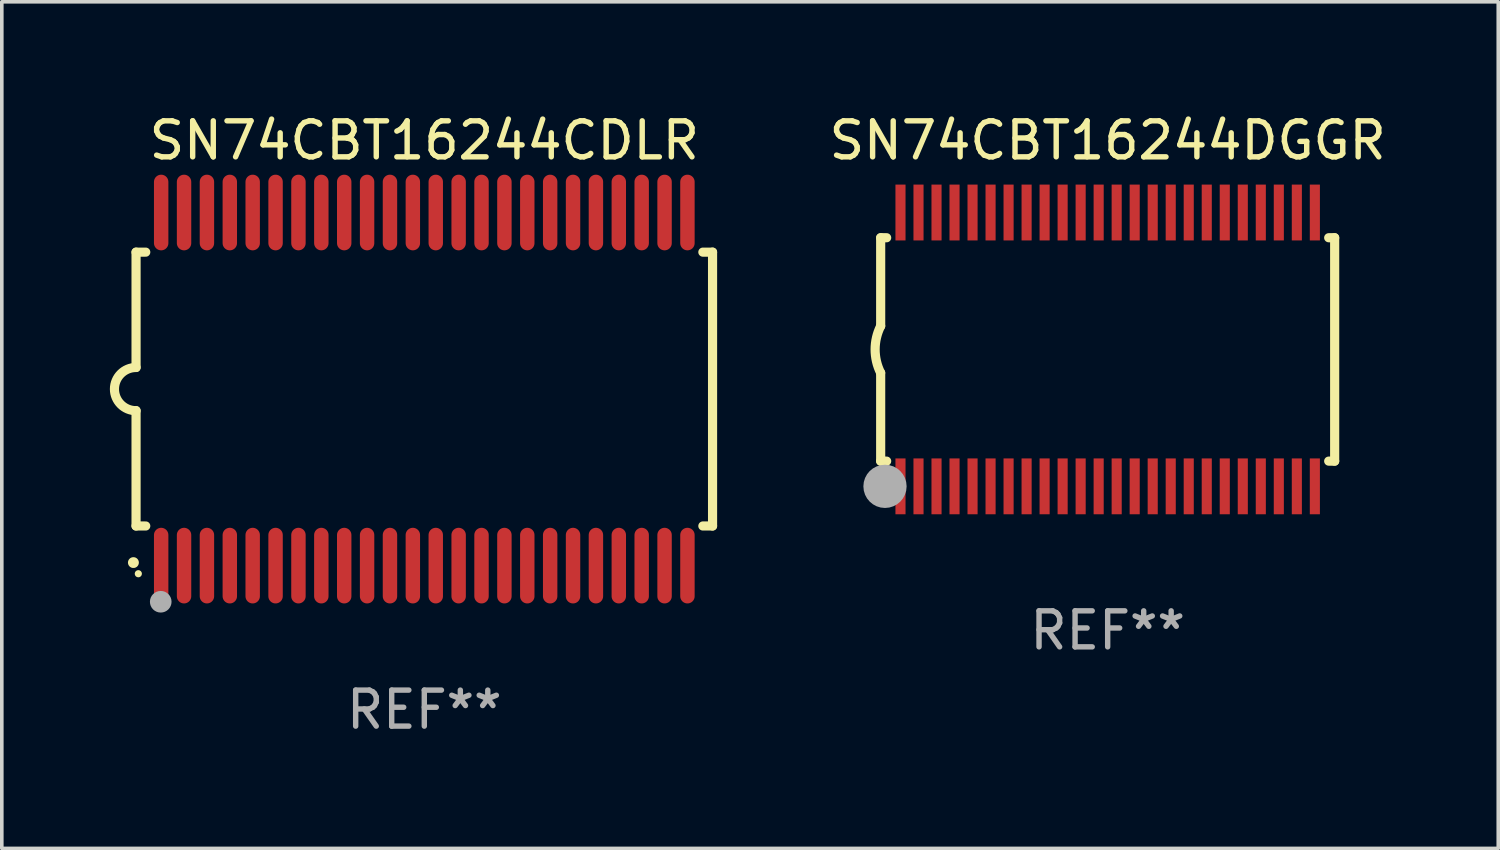
<source format=kicad_pcb>
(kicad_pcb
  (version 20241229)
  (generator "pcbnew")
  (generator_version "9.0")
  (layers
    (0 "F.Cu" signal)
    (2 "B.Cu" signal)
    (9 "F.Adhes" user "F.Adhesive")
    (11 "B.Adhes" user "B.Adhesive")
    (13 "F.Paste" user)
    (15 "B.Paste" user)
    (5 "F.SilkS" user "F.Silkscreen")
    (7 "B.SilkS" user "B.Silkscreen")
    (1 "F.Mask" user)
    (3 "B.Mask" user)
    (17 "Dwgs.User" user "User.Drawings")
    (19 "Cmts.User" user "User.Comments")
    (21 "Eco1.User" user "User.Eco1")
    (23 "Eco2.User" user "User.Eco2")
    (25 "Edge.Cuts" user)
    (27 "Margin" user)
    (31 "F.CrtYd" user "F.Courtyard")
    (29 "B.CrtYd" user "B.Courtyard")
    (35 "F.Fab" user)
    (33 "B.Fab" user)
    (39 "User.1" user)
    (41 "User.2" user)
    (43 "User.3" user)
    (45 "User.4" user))
  (footprint "SN74CBT16244DGGR"
    (layer "F.Cu")
    (at 27.692 6.648)
    (property "Reference" "SN74CBT16244DGGR" (at 0 -5.8 0) (layer "F.SilkS") (effects (font (size 1 1) (thickness 0.15))))
    (attr through_hole)
    (fp_line (start -6.3 -3.1) (end -6.3 -0.65) (stroke (width 0.254) (type solid)) (layer "F.SilkS"))
    (fp_line (start -6.3 -3.1) (end -6.134 -3.1) (stroke (width 0.254) (type solid)) (layer "F.SilkS"))
    (fp_line (start -6.3 3.1) (end -6.3 0.65) (stroke (width 0.254) (type solid)) (layer "F.SilkS"))
    (fp_line (start -6.3 3.1) (end -6.134 3.1) (stroke (width 0.254) (type solid)) (layer "F.SilkS"))
    (fp_line (start 6.134 -3.1) (end 6.3 -3.1) (stroke (width 0.254) (type solid)) (layer "F.SilkS"))
    (fp_line (start 6.134 3.1) (end 6.3 3.1) (stroke (width 0.254) (type solid)) (layer "F.SilkS"))
    (fp_line (start 6.3 -3.1) (end 6.3 3.1) (stroke (width 0.254) (type solid)) (layer "F.SilkS"))
    (fp_arc (start -6.301016 0.650114) (mid -6.45413 -0.000082) (end -6.3 -0.650038) (stroke (width 0.254001) (type solid)) (layer "F.SilkS"))
    (fp_circle (center -6.35 3.81) (end -6.223 3.81) (stroke (width 0.254) (type solid)) (fill no) (layer "F.SilkS"))
    (fp_circle (center -6.25 4.05) (end -6.22 4.05) (stroke (width 0.06) (type solid)) (fill no) (layer "F.SilkS"))
    (fp_circle (center -6.18 3.8) (end -5.88 3.8) (stroke (width 0.6) (type solid)) (fill no) (layer "F.Fab"))
    (fp_text user "REF**" (at 0 7.8 0) (layer "F.Fab") (effects (font (size 1 1) (thickness 0.15))))
    (pad "1" smd rect (at -5.75 3.8) (size 0.28 1.55) (layers "F.Cu" "F.Mask" "F.Paste"))
    (pad "2" smd rect (at -5.25 3.8) (size 0.28 1.55) (layers "F.Cu" "F.Mask" "F.Paste"))
    (pad "3" smd rect (at -4.75 3.8) (size 0.28 1.55) (layers "F.Cu" "F.Mask" "F.Paste"))
    (pad "4" smd rect (at -4.25 3.8) (size 0.28 1.55) (layers "F.Cu" "F.Mask" "F.Paste"))
    (pad "5" smd rect (at -3.75 3.8) (size 0.28 1.55) (layers "F.Cu" "F.Mask" "F.Paste"))
    (pad "6" smd rect (at -3.25 3.8) (size 0.28 1.55) (layers "F.Cu" "F.Mask" "F.Paste"))
    (pad "7" smd rect (at -2.75 3.8) (size 0.28 1.55) (layers "F.Cu" "F.Mask" "F.Paste"))
    (pad "8" smd rect (at -2.25 3.8) (size 0.28 1.55) (layers "F.Cu" "F.Mask" "F.Paste"))
    (pad "9" smd rect (at -1.75 3.8) (size 0.28 1.55) (layers "F.Cu" "F.Mask" "F.Paste"))
    (pad "10" smd rect (at -1.25 3.8) (size 0.28 1.55) (layers "F.Cu" "F.Mask" "F.Paste"))
    (pad "11" smd rect (at -0.75 3.8) (size 0.28 1.55) (layers "F.Cu" "F.Mask" "F.Paste"))
    (pad "12" smd rect (at -0.25 3.8) (size 0.28 1.55) (layers "F.Cu" "F.Mask" "F.Paste"))
    (pad "13" smd rect (at 0.25 3.8) (size 0.28 1.55) (layers "F.Cu" "F.Mask" "F.Paste"))
    (pad "14" smd rect (at 0.75 3.8) (size 0.28 1.55) (layers "F.Cu" "F.Mask" "F.Paste"))
    (pad "15" smd rect (at 1.25 3.8) (size 0.28 1.55) (layers "F.Cu" "F.Mask" "F.Paste"))
    (pad "16" smd rect (at 1.75 3.8) (size 0.28 1.55) (layers "F.Cu" "F.Mask" "F.Paste"))
    (pad "17" smd rect (at 2.25 3.8) (size 0.28 1.55) (layers "F.Cu" "F.Mask" "F.Paste"))
    (pad "18" smd rect (at 2.75 3.8) (size 0.28 1.55) (layers "F.Cu" "F.Mask" "F.Paste"))
    (pad "19" smd rect (at 3.25 3.8) (size 0.28 1.55) (layers "F.Cu" "F.Mask" "F.Paste"))
    (pad "20" smd rect (at 3.75 3.8) (size 0.28 1.55) (layers "F.Cu" "F.Mask" "F.Paste"))
    (pad "21" smd rect (at 4.25 3.8) (size 0.28 1.55) (layers "F.Cu" "F.Mask" "F.Paste"))
    (pad "22" smd rect (at 4.75 3.8) (size 0.28 1.55) (layers "F.Cu" "F.Mask" "F.Paste"))
    (pad "23" smd rect (at 5.25 3.8) (size 0.28 1.55) (layers "F.Cu" "F.Mask" "F.Paste"))
    (pad "24" smd rect (at 5.75 3.8) (size 0.28 1.55) (layers "F.Cu" "F.Mask" "F.Paste"))
    (pad "25" smd rect (at 5.75 -3.8) (size 0.28 1.55) (layers "F.Cu" "F.Mask" "F.Paste"))
    (pad "26" smd rect (at 5.25 -3.8) (size 0.28 1.55) (layers "F.Cu" "F.Mask" "F.Paste"))
    (pad "27" smd rect (at 4.75 -3.8) (size 0.28 1.55) (layers "F.Cu" "F.Mask" "F.Paste"))
    (pad "28" smd rect (at 4.25 -3.8) (size 0.28 1.55) (layers "F.Cu" "F.Mask" "F.Paste"))
    (pad "29" smd rect (at 3.75 -3.8) (size 0.28 1.55) (layers "F.Cu" "F.Mask" "F.Paste"))
    (pad "30" smd rect (at 3.25 -3.8) (size 0.28 1.55) (layers "F.Cu" "F.Mask" "F.Paste"))
    (pad "31" smd rect (at 2.75 -3.8) (size 0.28 1.55) (layers "F.Cu" "F.Mask" "F.Paste"))
    (pad "32" smd rect (at 2.25 -3.8) (size 0.28 1.55) (layers "F.Cu" "F.Mask" "F.Paste"))
    (pad "33" smd rect (at 1.75 -3.8) (size 0.28 1.55) (layers "F.Cu" "F.Mask" "F.Paste"))
    (pad "34" smd rect (at 1.25 -3.8) (size 0.28 1.55) (layers "F.Cu" "F.Mask" "F.Paste"))
    (pad "35" smd rect (at 0.75 -3.8) (size 0.28 1.55) (layers "F.Cu" "F.Mask" "F.Paste"))
    (pad "36" smd rect (at 0.25 -3.8) (size 0.28 1.55) (layers "F.Cu" "F.Mask" "F.Paste"))
    (pad "37" smd rect (at -0.25 -3.8) (size 0.28 1.55) (layers "F.Cu" "F.Mask" "F.Paste"))
    (pad "38" smd rect (at -0.75 -3.8) (size 0.28 1.55) (layers "F.Cu" "F.Mask" "F.Paste"))
    (pad "39" smd rect (at -1.25 -3.8) (size 0.28 1.55) (layers "F.Cu" "F.Mask" "F.Paste"))
    (pad "40" smd rect (at -1.75 -3.8) (size 0.28 1.55) (layers "F.Cu" "F.Mask" "F.Paste"))
    (pad "41" smd rect (at -2.25 -3.8) (size 0.28 1.55) (layers "F.Cu" "F.Mask" "F.Paste"))
    (pad "42" smd rect (at -2.75 -3.8) (size 0.28 1.55) (layers "F.Cu" "F.Mask" "F.Paste"))
    (pad "43" smd rect (at -3.25 -3.8) (size 0.28 1.55) (layers "F.Cu" "F.Mask" "F.Paste"))
    (pad "44" smd rect (at -3.75 -3.8) (size 0.28 1.55) (layers "F.Cu" "F.Mask" "F.Paste"))
    (pad "45" smd rect (at -4.25 -3.8) (size 0.28 1.55) (layers "F.Cu" "F.Mask" "F.Paste"))
    (pad "46" smd rect (at -4.75 -3.8) (size 0.28 1.55) (layers "F.Cu" "F.Mask" "F.Paste"))
    (pad "47" smd rect (at -5.25 -3.8) (size 0.28 1.55) (layers "F.Cu" "F.Mask" "F.Paste"))
    (pad "48" smd rect (at -5.75 -3.8) (size 0.28 1.55) (layers "F.Cu" "F.Mask" "F.Paste")))
  (footprint "SN74CBT16244CDLR"
    (layer "F.Cu")
    (at 8.726 7.748)
    (property "Reference" "SN74CBT16244CDLR" (at 0 -6.9 0) (layer "F.SilkS") (effects (font (size 1 1) (thickness 0.15))))
    (attr through_hole)
    (fp_line (start -8 -3.8) (end -8 -0.599) (stroke (width 0.254) (type solid)) (layer "F.SilkS"))
    (fp_line (start -8 -3.8) (end -7.731 -3.8) (stroke (width 0.254) (type solid)) (layer "F.SilkS"))
    (fp_line (start -8 3.8) (end -8 0.599) (stroke (width 0.254) (type solid)) (layer "F.SilkS"))
    (fp_line (start -7.731 3.8) (end -8 3.8) (stroke (width 0.254) (type solid)) (layer "F.SilkS"))
    (fp_line (start 7.731 -3.8) (end 8 -3.8) (stroke (width 0.254) (type solid)) (layer "F.SilkS"))
    (fp_line (start 8 -3.8) (end 8 3.8) (stroke (width 0.254) (type solid)) (layer "F.SilkS"))
    (fp_line (start 8 3.8) (end 7.731 3.8) (stroke (width 0.254) (type solid)) (layer "F.SilkS"))
    (fp_arc (start -8.074676 4.81585) (mid -8.073406 4.815845) (end -8.072136 4.81585) (stroke (width 0.3) (type solid)) (layer "F.SilkS"))
    (fp_arc (start -8.000025 0.6) (mid -8.598908 0.00056) (end -8.000027 -0.598882) (stroke (width 0.254001) (type solid)) (layer "F.SilkS"))
    (fp_circle (center -7.937 5.125) (end -7.887 5.125) (stroke (width 0.1) (type solid)) (fill no) (layer "F.SilkS"))
    (fp_circle (center -7.315 5.903) (end -7.165 5.903) (stroke (width 0.3) (type solid)) (fill no) (layer "F.Fab"))
    (fp_text user "REF**" (at 0 8.9 0) (layer "F.Fab") (effects (font (size 1 1) (thickness 0.15))))
    (pad "1" smd oval (at -7.303 4.9) (size 0.4 2.1) (layers "F.Cu" "F.Mask" "F.Paste"))
    (pad "2" smd oval (at -6.668 4.9) (size 0.4 2.1) (layers "F.Cu" "F.Mask" "F.Paste"))
    (pad "3" smd oval (at -6.033 4.9) (size 0.4 2.1) (layers "F.Cu" "F.Mask" "F.Paste"))
    (pad "4" smd oval (at -5.398 4.9) (size 0.4 2.1) (layers "F.Cu" "F.Mask" "F.Paste"))
    (pad "5" smd oval (at -4.763 4.9) (size 0.4 2.1) (layers "F.Cu" "F.Mask" "F.Paste"))
    (pad "6" smd oval (at -4.128 4.9) (size 0.4 2.1) (layers "F.Cu" "F.Mask" "F.Paste"))
    (pad "7" smd oval (at -3.493 4.9) (size 0.4 2.1) (layers "F.Cu" "F.Mask" "F.Paste"))
    (pad "8" smd oval (at -2.858 4.9) (size 0.4 2.1) (layers "F.Cu" "F.Mask" "F.Paste"))
    (pad "9" smd oval (at -2.223 4.9) (size 0.4 2.1) (layers "F.Cu" "F.Mask" "F.Paste"))
    (pad "10" smd oval (at -1.588 4.9) (size 0.4 2.1) (layers "F.Cu" "F.Mask" "F.Paste"))
    (pad "11" smd oval (at -0.953 4.9) (size 0.4 2.1) (layers "F.Cu" "F.Mask" "F.Paste"))
    (pad "12" smd oval (at -0.318 4.9) (size 0.4 2.1) (layers "F.Cu" "F.Mask" "F.Paste"))
    (pad "13" smd oval (at 0.318 4.9) (size 0.4 2.1) (layers "F.Cu" "F.Mask" "F.Paste"))
    (pad "14" smd oval (at 0.953 4.9) (size 0.4 2.1) (layers "F.Cu" "F.Mask" "F.Paste"))
    (pad "15" smd oval (at 1.588 4.9) (size 0.4 2.1) (layers "F.Cu" "F.Mask" "F.Paste"))
    (pad "16" smd oval (at 2.223 4.9) (size 0.4 2.1) (layers "F.Cu" "F.Mask" "F.Paste"))
    (pad "17" smd oval (at 2.858 4.9) (size 0.4 2.1) (layers "F.Cu" "F.Mask" "F.Paste"))
    (pad "18" smd oval (at 3.493 4.9) (size 0.4 2.1) (layers "F.Cu" "F.Mask" "F.Paste"))
    (pad "19" smd oval (at 4.128 4.9) (size 0.4 2.1) (layers "F.Cu" "F.Mask" "F.Paste"))
    (pad "20" smd oval (at 4.763 4.9) (size 0.4 2.1) (layers "F.Cu" "F.Mask" "F.Paste"))
    (pad "21" smd oval (at 5.398 4.9) (size 0.4 2.1) (layers "F.Cu" "F.Mask" "F.Paste"))
    (pad "22" smd oval (at 6.033 4.9) (size 0.4 2.1) (layers "F.Cu" "F.Mask" "F.Paste"))
    (pad "23" smd oval (at 6.668 4.9) (size 0.4 2.1) (layers "F.Cu" "F.Mask" "F.Paste"))
    (pad "24" smd oval (at 7.303 4.9) (size 0.4 2.1) (layers "F.Cu" "F.Mask" "F.Paste"))
    (pad "25" smd oval (at 7.303 -4.9 180) (size 0.4 2.1) (layers "F.Cu" "F.Mask" "F.Paste"))
    (pad "26" smd oval (at 6.668 -4.9 180) (size 0.4 2.1) (layers "F.Cu" "F.Mask" "F.Paste"))
    (pad "27" smd oval (at 6.033 -4.9 180) (size 0.4 2.1) (layers "F.Cu" "F.Mask" "F.Paste"))
    (pad "28" smd oval (at 5.398 -4.9 180) (size 0.4 2.1) (layers "F.Cu" "F.Mask" "F.Paste"))
    (pad "29" smd oval (at 4.763 -4.9 180) (size 0.4 2.1) (layers "F.Cu" "F.Mask" "F.Paste"))
    (pad "30" smd oval (at 4.128 -4.9 180) (size 0.4 2.1) (layers "F.Cu" "F.Mask" "F.Paste"))
    (pad "31" smd oval (at 3.493 -4.9 180) (size 0.4 2.1) (layers "F.Cu" "F.Mask" "F.Paste"))
    (pad "32" smd oval (at 2.858 -4.9 180) (size 0.4 2.1) (layers "F.Cu" "F.Mask" "F.Paste"))
    (pad "33" smd oval (at 2.223 -4.9 180) (size 0.4 2.1) (layers "F.Cu" "F.Mask" "F.Paste"))
    (pad "34" smd oval (at 1.588 -4.9 180) (size 0.4 2.1) (layers "F.Cu" "F.Mask" "F.Paste"))
    (pad "35" smd oval (at 0.953 -4.9 180) (size 0.4 2.1) (layers "F.Cu" "F.Mask" "F.Paste"))
    (pad "36" smd oval (at 0.318 -4.9 180) (size 0.4 2.1) (layers "F.Cu" "F.Mask" "F.Paste"))
    (pad "37" smd oval (at -0.318 -4.9 180) (size 0.4 2.1) (layers "F.Cu" "F.Mask" "F.Paste"))
    (pad "38" smd oval (at -0.953 -4.9 180) (size 0.4 2.1) (layers "F.Cu" "F.Mask" "F.Paste"))
    (pad "39" smd oval (at -1.588 -4.9 180) (size 0.4 2.1) (layers "F.Cu" "F.Mask" "F.Paste"))
    (pad "40" smd oval (at -2.223 -4.9 180) (size 0.4 2.1) (layers "F.Cu" "F.Mask" "F.Paste"))
    (pad "41" smd oval (at -2.858 -4.9 180) (size 0.4 2.1) (layers "F.Cu" "F.Mask" "F.Paste"))
    (pad "42" smd oval (at -3.493 -4.9 180) (size 0.4 2.1) (layers "F.Cu" "F.Mask" "F.Paste"))
    (pad "43" smd oval (at -4.128 -4.9 180) (size 0.4 2.1) (layers "F.Cu" "F.Mask" "F.Paste"))
    (pad "44" smd oval (at -4.763 -4.9 180) (size 0.4 2.1) (layers "F.Cu" "F.Mask" "F.Paste"))
    (pad "45" smd oval (at -5.398 -4.9 180) (size 0.4 2.1) (layers "F.Cu" "F.Mask" "F.Paste"))
    (pad "46" smd oval (at -6.033 -4.9 180) (size 0.4 2.1) (layers "F.Cu" "F.Mask" "F.Paste"))
    (pad "47" smd oval (at -6.668 -4.9 180) (size 0.4 2.1) (layers "F.Cu" "F.Mask" "F.Paste"))
    (pad "48" smd oval (at -7.303 -4.9 180) (size 0.4 2.1) (layers "F.Cu" "F.Mask" "F.Paste")))
  (gr_rect
    (start -3 -3)
    (end 38.532 20.496)
    (stroke (width 0.1) (type default))
    (fill no)
    (layer "Edge.Cuts")))
</source>
